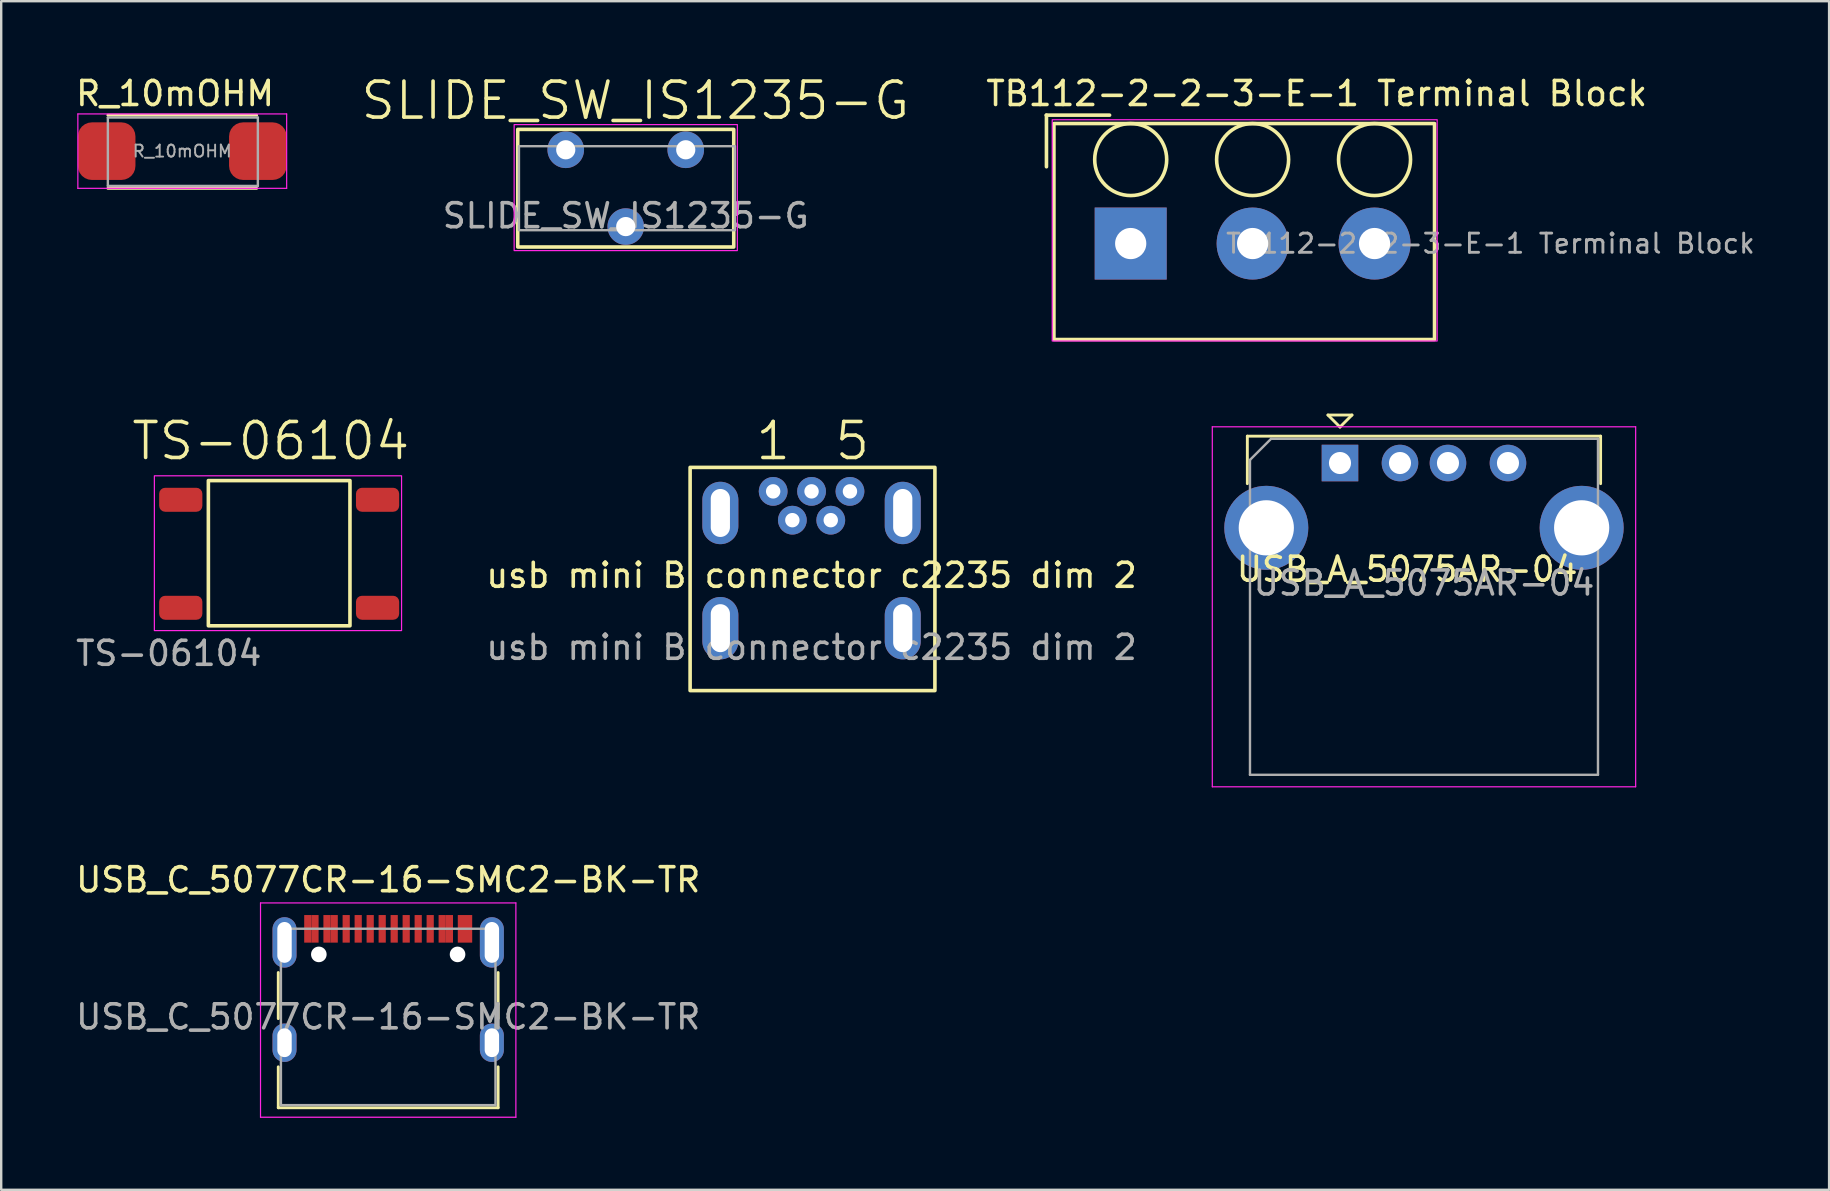
<source format=kicad_pcb>
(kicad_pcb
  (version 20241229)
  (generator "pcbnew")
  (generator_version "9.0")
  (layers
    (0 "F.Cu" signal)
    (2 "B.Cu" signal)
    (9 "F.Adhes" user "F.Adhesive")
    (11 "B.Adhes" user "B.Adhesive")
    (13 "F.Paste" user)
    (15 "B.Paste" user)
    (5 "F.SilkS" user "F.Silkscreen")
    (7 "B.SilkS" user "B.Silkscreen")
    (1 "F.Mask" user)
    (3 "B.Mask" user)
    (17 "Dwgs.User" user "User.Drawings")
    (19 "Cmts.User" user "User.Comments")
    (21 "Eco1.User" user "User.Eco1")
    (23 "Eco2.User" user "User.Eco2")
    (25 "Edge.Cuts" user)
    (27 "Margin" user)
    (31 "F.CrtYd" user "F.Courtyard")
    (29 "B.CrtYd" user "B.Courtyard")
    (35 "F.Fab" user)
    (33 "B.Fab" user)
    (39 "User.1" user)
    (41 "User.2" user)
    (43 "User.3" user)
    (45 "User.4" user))
  (footprint "R_10mOHM"
    (layer "F.Cu")
    (at 4.544 3.248)
    (property "Reference" "R_10mOHM" (at -0.3 -2.4 0) (layer "F.SilkS") (effects (font (size 1 1) (thickness 0.15))))
    (attr smd)
    (fp_line (start -3.1 -1.5) (end 3.1 -1.5) (stroke (width 0.12) (type solid)) (layer "F.SilkS"))
    (fp_line (start -3.1 1.55) (end 3.1 1.55) (stroke (width 0.12) (type solid)) (layer "F.SilkS"))
    (fp_line (start -4.35 -1.55) (end 4.35 -1.55) (stroke (width 0.05) (type solid)) (layer "F.CrtYd"))
    (fp_line (start -4.35 1.55) (end -4.35 -1.55) (stroke (width 0.05) (type solid)) (layer "F.CrtYd"))
    (fp_line (start 4.35 -1.55) (end 4.35 1.55) (stroke (width 0.05) (type solid)) (layer "F.CrtYd"))
    (fp_line (start 4.35 1.55) (end -4.35 1.55) (stroke (width 0.05) (type solid)) (layer "F.CrtYd"))
    (fp_line (start -3.1 -1.4) (end 3.15 -1.4) (stroke (width 0.1) (type solid)) (layer "F.Fab"))
    (fp_line (start -3.1 1.45) (end -3.1 -1.4) (stroke (width 0.1) (type solid)) (layer "F.Fab"))
    (fp_line (start 3.15 -1.4) (end 3.15 1.45) (stroke (width 0.1) (type solid)) (layer "F.Fab"))
    (fp_line (start 3.15 1.45) (end -3.1 1.45) (stroke (width 0.1) (type solid)) (layer "F.Fab"))
    (fp_text user "${REFERENCE}" (at 0 0 0) (layer "F.Fab") (effects (font (size 0.5 0.5) (thickness 0.08))))
    (pad "1" smd roundrect (at -3.15 0 180) (size 2.4 2.4) (layers "F.Cu" "F.Mask" "F.Paste") (roundrect_rratio 0.244))
    (pad "2" smd roundrect (at 3.15 0 180) (size 2.4 2.4) (layers "F.Cu" "F.Mask" "F.Paste") (roundrect_rratio 0.244)))
  (footprint "USB_A_5075AR-04"
    (layer "F.Cu")
    (at 52.783 16.243)
    (property "Reference" "USB_A_5075AR-04" (at 2.8 4.428 0) (layer "F.SilkS") (effects (font (size 1 1) (thickness 0.15))))
    (attr through_hole)
    (fp_line (start -3.86 -1.12) (end -3.86 0.86) (stroke (width 0.12) (type solid)) (layer "F.SilkS"))
    (fp_line (start -3.86 -1.12) (end 10.86 -1.12) (stroke (width 0.12) (type solid)) (layer "F.SilkS"))
    (fp_line (start -0.5 -2) (end 0 -1.5) (stroke (width 0.12) (type solid)) (layer "F.SilkS"))
    (fp_line (start 0 -1.5) (end 0.5 -2) (stroke (width 0.12) (type solid)) (layer "F.SilkS"))
    (fp_line (start 0.5 -2) (end -0.5 -2) (stroke (width 0.12) (type solid)) (layer "F.SilkS"))
    (fp_line (start 10.86 0.86) (end 10.86 -1.12) (stroke (width 0.12) (type solid)) (layer "F.SilkS"))
    (fp_line (start -5.32 -1.51) (end -5.32 13.49) (stroke (width 0.05) (type solid)) (layer "F.CrtYd"))
    (fp_line (start -5.32 -1.51) (end 12.32 -1.51) (stroke (width 0.05) (type solid)) (layer "F.CrtYd"))
    (fp_line (start 12.32 -1.51) (end 12.32 13.49) (stroke (width 0.05) (type solid)) (layer "F.CrtYd"))
    (fp_line (start 12.32 13.49) (end -5.32 13.49) (stroke (width 0.05) (type solid)) (layer "F.CrtYd"))
    (fp_line (start -3.75 -0.13) (end -3.75 12.99) (stroke (width 0.1) (type solid)) (layer "F.Fab"))
    (fp_line (start -3.75 12.99) (end 10.75 12.99) (stroke (width 0.1) (type solid)) (layer "F.Fab"))
    (fp_line (start -2.87 -1.01) (end -3.75 -0.13) (stroke (width 0.1) (type solid)) (layer "F.Fab"))
    (fp_line (start -2.87 -1.01) (end 10.75 -1.01) (stroke (width 0.1) (type solid)) (layer "F.Fab"))
    (fp_line (start 10.75 -1.01) (end 10.75 12.99) (stroke (width 0.1) (type solid)) (layer "F.Fab"))
    (fp_text user "${REFERENCE}" (at 3.5 5 0) (layer "F.Fab") (effects (font (size 1 1) (thickness 0.15))))
    (pad "1" thru_hole rect (at 0 0) (size 1.524 1.524) (drill 0.92) (layers "*.Cu" "*.Mask"))
    (pad "2" thru_hole circle (at 2.5 0) (size 1.524 1.524) (drill 0.92) (layers "*.Cu" "*.Mask"))
    (pad "3" thru_hole circle (at 4.5 0) (size 1.524 1.524) (drill 0.92) (layers "*.Cu" "*.Mask"))
    (pad "4" thru_hole circle (at 7 0) (size 1.524 1.524) (drill 0.92) (layers "*.Cu" "*.Mask"))
    (pad "5" thru_hole circle (at -3.07 2.7) (size 3.5 3.5) (drill 2.3) (layers "*.Cu" "*.Mask"))
    (pad "5" thru_hole circle (at 10.07 2.7) (size 3.5 3.5) (drill 2.3) (layers "*.Cu" "*.Mask")))
  (footprint "TS-06104"
    (layer "F.Cu")
    (at 5.382 20.024)
    (property "Reference" "TS-06104" (at 2.85 -4.7 0) (unlocked yes) (layer "F.SilkS") (effects (font (size 1.5 1.5) (thickness 0.15))))
    (attr smd)
    (fp_rect (start 0.25 -3.05) (end 6.15 3) (stroke (width 0.15) (type solid)) (fill no) (layer "F.SilkS"))
    (fp_rect (start -2 -3.25) (end 8.3 3.2) (stroke (width 0.05) (type solid)) (fill no) (layer "F.CrtYd"))
    (fp_text user "${REFERENCE}" (at -1.4 4.15 0) (unlocked yes) (layer "F.Fab") (effects (font (size 1 1) (thickness 0.15))))
    (pad "A" smd roundrect (at -0.9 2.25) (size 1.8 1) (layers "F.Cu" "F.Mask" "F.Paste") (roundrect_rratio 0.25))
    (pad "B" smd roundrect (at 7.3 2.25) (size 1.8 1) (layers "F.Cu" "F.Mask" "F.Paste") (roundrect_rratio 0.25))
    (pad "C" smd roundrect (at -0.9 -2.25) (size 1.8 1) (layers "F.Cu" "F.Mask" "F.Paste") (roundrect_rratio 0.25))
    (pad "D" smd roundrect (at 7.3 -2.25) (size 1.8 1) (layers "F.Cu" "F.Mask" "F.Paste") (roundrect_rratio 0.25)))
  (footprint "SLIDE_SW_IS1235-G"
    (layer "F.Cu")
    (at 23.023 3.191)
    (property "Reference" "SLIDE_SW_IS1235-G" (at 0.4 -2.05 0) (unlocked yes) (layer "F.SilkS") (effects (font (size 1.5 1.5) (thickness 0.15))))
    (attr through_hole)
    (fp_rect (start -4.5 -0.85) (end 4.5 4.05) (stroke (width 0.15) (type default)) (fill no) (layer "F.SilkS"))
    (fp_rect (start -4.65 -1.05) (end 4.65 4.2) (stroke (width 0.05) (type default)) (fill no) (layer "F.CrtYd"))
    (fp_rect (start -4.45 -0.15) (end 4.55 3.35) (stroke (width 0.1) (type default)) (fill no) (layer "F.Fab"))
    (fp_text user "${REFERENCE}" (at 0 2.75 0) (unlocked yes) (layer "F.Fab") (effects (font (size 1 1) (thickness 0.15))))
    (pad "1" thru_hole circle (at -2.5 0) (size 1.524 1.524) (drill 0.8) (layers "*.Cu" "*.Mask"))
    (pad "2" thru_hole circle (at 0 3.2) (size 1.524 1.524) (drill 0.8) (layers "*.Cu" "*.Mask"))
    (pad "3" thru_hole circle (at 2.5 0) (size 1.524 1.524) (drill 0.8) (layers "*.Cu" "*.Mask")))
  (footprint "USB_C_5077CR-16-SMC2-BK-TR"
    (layer "F.Cu")
    (at 13.125 39.322)
    (property "Reference" "USB_C_5077CR-16-SMC2-BK-TR" (at 0 -5.715 180) (layer "F.SilkS") (effects (font (size 1 1) (thickness 0.15))))
    (attr smd)
    (fp_line (start -4.58 -1.85) (end -4.58 0.07) (stroke (width 0.12) (type solid)) (layer "F.SilkS"))
    (fp_line (start -4.58 3.785) (end -4.58 2.08) (stroke (width 0.12) (type solid)) (layer "F.SilkS"))
    (fp_line (start 4.58 0.07) (end 4.58 -1.85) (stroke (width 0.12) (type solid)) (layer "F.SilkS"))
    (fp_line (start 4.58 2.08) (end 4.58 3.785) (stroke (width 0.12) (type solid)) (layer "F.SilkS"))
    (fp_line (start 4.58 3.785) (end -4.58 3.785) (stroke (width 0.12) (type solid)) (layer "F.SilkS"))
    (fp_line (start -5.32 -4.75) (end 5.32 -4.75) (stroke (width 0.05) (type solid)) (layer "F.CrtYd"))
    (fp_line (start -5.32 4.18) (end -5.32 -4.75) (stroke (width 0.05) (type solid)) (layer "F.CrtYd"))
    (fp_line (start 5.32 -4.75) (end 5.32 4.18) (stroke (width 0.05) (type solid)) (layer "F.CrtYd"))
    (fp_line (start 5.32 4.18) (end -5.32 4.18) (stroke (width 0.05) (type solid)) (layer "F.CrtYd"))
    (fp_line (start -4.47 -3.675) (end -4.47 3.675) (stroke (width 0.1) (type solid)) (layer "F.Fab"))
    (fp_line (start -4.47 -3.675) (end 4.47 -3.675) (stroke (width 0.1) (type solid)) (layer "F.Fab"))
    (fp_line (start -4.47 3.675) (end 4.47 3.675) (stroke (width 0.1) (type solid)) (layer "F.Fab"))
    (fp_line (start 4.47 3.675) (end 4.47 -3.675) (stroke (width 0.1) (type solid)) (layer "F.Fab"))
    (fp_text user "${REFERENCE}" (at 0 0 180) (layer "F.Fab") (effects (font (size 1 1) (thickness 0.15))))
    (pad "" np_thru_hole circle (at -2.89 -2.605) (size 0.65 0.65) (drill 0.65) (layers "*.Cu" "*.Mask"))
    (pad "" np_thru_hole circle (at 2.89 -2.605) (size 0.65 0.65) (drill 0.65) (layers "*.Cu" "*.Mask"))
    (pad "A1" smd rect (at -3.35 -3.67) (size 0.3 1.15) (layers "F.Cu" "F.Mask" "F.Paste"))
    (pad "A4" smd rect (at -2.55 -3.67) (size 0.3 1.15) (layers "F.Cu" "F.Mask" "F.Paste"))
    (pad "A5" smd rect (at -1.25 -3.67) (size 0.3 1.15) (layers "F.Cu" "F.Mask" "F.Paste"))
    (pad "A6" smd rect (at -0.25 -3.67) (size 0.3 1.15) (layers "F.Cu" "F.Mask" "F.Paste"))
    (pad "A7" smd rect (at 0.25 -3.67) (size 0.3 1.15) (layers "F.Cu" "F.Mask" "F.Paste"))
    (pad "A8" smd rect (at 1.25 -3.67) (size 0.3 1.15) (layers "F.Cu" "F.Mask" "F.Paste"))
    (pad "A9" smd rect (at 2.55 -3.67) (size 0.3 1.15) (layers "F.Cu" "F.Mask" "F.Paste"))
    (pad "A12" smd rect (at 3.35 -3.67) (size 0.3 1.15) (layers "F.Cu" "F.Mask" "F.Paste"))
    (pad "B1" smd rect (at 3.05 -3.67) (size 0.3 1.15) (layers "F.Cu" "F.Mask" "F.Paste"))
    (pad "B4" smd rect (at 2.25 -3.67) (size 0.3 1.15) (layers "F.Cu" "F.Mask" "F.Paste"))
    (pad "B5" smd rect (at 1.75 -3.67) (size 0.3 1.15) (layers "F.Cu" "F.Mask" "F.Paste"))
    (pad "B6" smd rect (at 0.75 -3.67) (size 0.3 1.15) (layers "F.Cu" "F.Mask" "F.Paste"))
    (pad "B7" smd rect (at -0.75 -3.67) (size 0.3 1.15) (layers "F.Cu" "F.Mask" "F.Paste"))
    (pad "B8" smd rect (at -1.75 -3.67) (size 0.3 1.15) (layers "F.Cu" "F.Mask" "F.Paste"))
    (pad "B9" smd rect (at -2.25 -3.67) (size 0.3 1.15) (layers "F.Cu" "F.Mask" "F.Paste"))
    (pad "B12" smd rect (at -3.05 -3.67) (size 0.3 1.15) (layers "F.Cu" "F.Mask" "F.Paste"))
    (pad "S1" thru_hole oval (at -4.32 -3.105) (size 1 2.1) (drill oval 0.6 1.7) (layers "*.Cu" "*.Mask"))
    (pad "S1" thru_hole oval (at -4.32 1.075) (size 1 1.6) (drill oval 0.6 1.2) (layers "*.Cu" "*.Mask"))
    (pad "S1" thru_hole oval (at 4.32 -3.105) (size 1 2.1) (drill oval 0.6 1.7) (layers "*.Cu" "*.Mask"))
    (pad "S1" thru_hole oval (at 4.32 1.075) (size 1 1.6) (drill oval 0.6 1.2) (layers "*.Cu" "*.Mask")))
  (footprint "TB112-2-2-3-E-1 Terminal Block"
    (layer "F.Cu")
    (at 44.063 7.098)
    (property "Reference" "TB112-2-2-3-E-1 Terminal Block" (at 7.75 -6.25 180) (layer "F.SilkS") (effects (font (size 1 1) (thickness 0.15))))
    (attr through_hole)
    (fp_line (start -3.52 -5.35) (end -0.88 -5.35) (stroke (width 0.15) (type solid)) (layer "F.SilkS"))
    (fp_line (start -3.51 -5.35) (end -3.51 -3.2) (stroke (width 0.15) (type solid)) (layer "F.SilkS"))
    (fp_rect (start -3.2 -5) (end 12.66 4) (stroke (width 0.15) (type solid)) (fill no) (layer "F.SilkS"))
    (fp_circle (center 0 -3.5) (end 1.5 -3.5) (stroke (width 0.15) (type solid)) (fill no) (layer "F.SilkS"))
    (fp_circle (center 5.08 -3.5) (end 6.58 -3.5) (stroke (width 0.15) (type solid)) (fill no) (layer "F.SilkS"))
    (fp_circle (center 10.16 -3.5) (end 11.66 -3.5) (stroke (width 0.15) (type solid)) (fill no) (layer "F.SilkS"))
    (fp_rect (start -3.27 -5.16) (end 12.77 4.06) (stroke (width 0.05) (type solid)) (fill no) (layer "F.CrtYd"))
    (fp_text user "${REFERENCE}" (at 14.99 0 180) (layer "F.Fab") (effects (font (size 0.8 0.8) (thickness 0.12))))
    (pad "1" thru_hole rect (at 0 0) (size 3 3) (drill 1.3) (layers "*.Cu" "*.Mask"))
    (pad "2" thru_hole circle (at 5.08 0) (size 3 3) (drill 1.3) (layers "*.Cu" "*.Mask"))
    (pad "3" thru_hole circle (at 10.16 0) (size 3 3) (drill 1.3) (layers "*.Cu" "*.Mask")))
  (footprint "usb mini B connector c2235 dim 2"
    (layer "F.Cu")
    (at 30.765 21.424)
    (property "Reference" "usb mini B connector c2235 dim 2" (at 0 -0.5 0) (unlocked yes) (layer "F.SilkS") (effects (font (size 1 1) (thickness 0.15))))
    (attr through_hole)
    (fp_rect (start -5.06 -5) (end 5.14 4.3) (stroke (width 0.15) (type solid)) (fill no) (layer "F.SilkS"))
    (fp_text user "5" (at 1.7 -6.1 0) (unlocked yes) (layer "F.SilkS") (effects (font (size 1.5 1.5) (thickness 0.15))))
    (fp_text user "1" (at -1.6 -6.1 0) (unlocked yes) (layer "F.SilkS") (effects (font (size 1.5 1.5) (thickness 0.15))))
    (fp_text user "${REFERENCE}" (at 0 2.5 0) (unlocked yes) (layer "F.Fab") (effects (font (size 1 1) (thickness 0.15))))
    (pad "1" thru_hole circle (at -1.6 -4) (size 1.2 1.2) (drill 0.6) (layers "*.Cu" "*.Mask"))
    (pad "2" thru_hole circle (at -0.8 -2.8) (size 1.2 1.2) (drill 0.6) (layers "*.Cu" "*.Mask"))
    (pad "3" thru_hole circle (at 0 -4) (size 1.2 1.2) (drill 0.6) (layers "*.Cu" "*.Mask"))
    (pad "4" thru_hole circle (at 0.8 -2.8) (size 1.2 1.2) (drill 0.6) (layers "*.Cu" "*.Mask"))
    (pad "5" thru_hole circle (at 1.6 -4) (size 1.2 1.2) (drill 0.6) (layers "*.Cu" "*.Mask"))
    (pad "6" thru_hole oval (at -3.8 -3.1) (size 1.5 2.6) (drill oval 0.8 2) (layers "*.Cu" "*.Mask"))
    (pad "6" thru_hole oval (at -3.8 1.7) (size 1.5 2.6) (drill oval 0.8 2) (layers "*.Cu" "*.Mask"))
    (pad "6" thru_hole oval (at 3.8 -3.1) (size 1.5 2.6) (drill oval 0.8 2) (layers "*.Cu" "*.Mask"))
    (pad "6" thru_hole oval (at 3.8 1.7) (size 1.5 2.6) (drill oval 0.8 2) (layers "*.Cu" "*.Mask")))
  (gr_rect
    (start -3 -3)
    (end 73.163 46.526)
    (stroke (width 0.1) (type default))
    (fill no)
    (layer "Edge.Cuts")))
</source>
